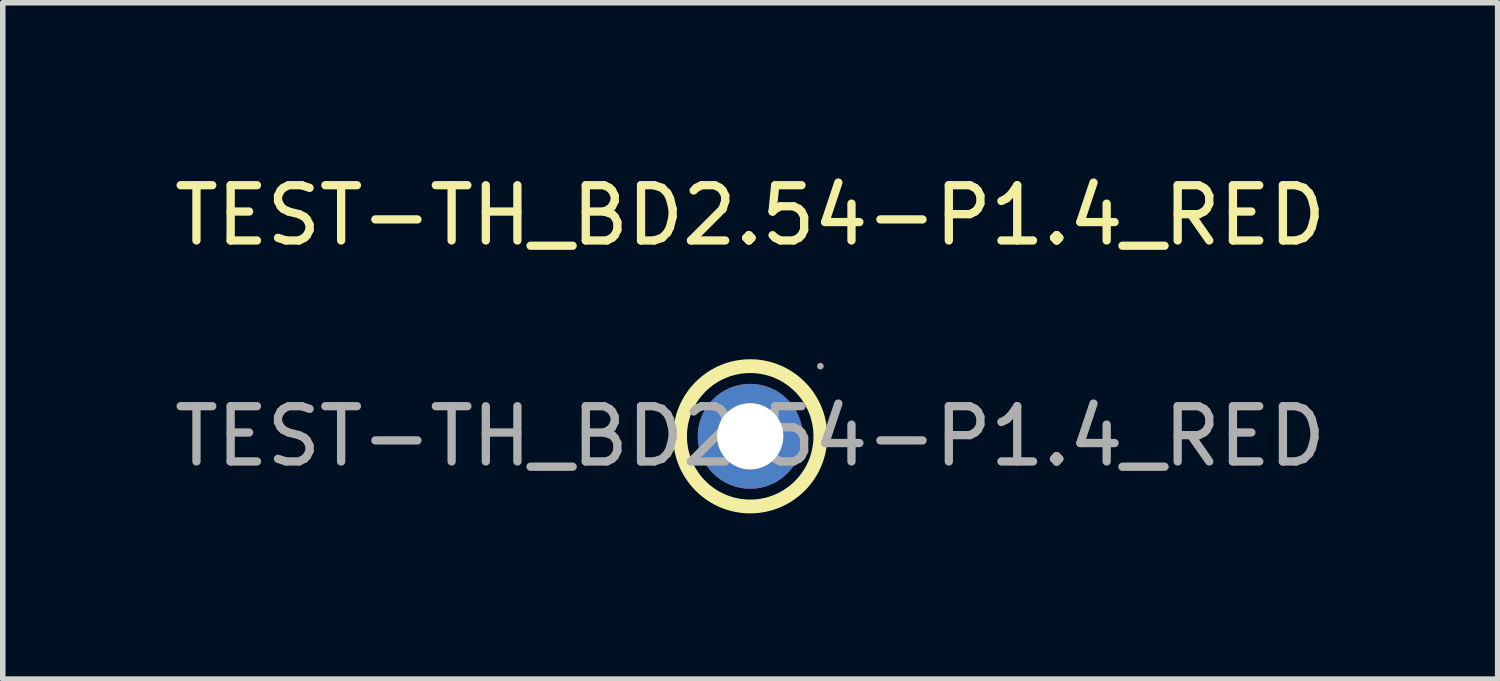
<source format=kicad_pcb>
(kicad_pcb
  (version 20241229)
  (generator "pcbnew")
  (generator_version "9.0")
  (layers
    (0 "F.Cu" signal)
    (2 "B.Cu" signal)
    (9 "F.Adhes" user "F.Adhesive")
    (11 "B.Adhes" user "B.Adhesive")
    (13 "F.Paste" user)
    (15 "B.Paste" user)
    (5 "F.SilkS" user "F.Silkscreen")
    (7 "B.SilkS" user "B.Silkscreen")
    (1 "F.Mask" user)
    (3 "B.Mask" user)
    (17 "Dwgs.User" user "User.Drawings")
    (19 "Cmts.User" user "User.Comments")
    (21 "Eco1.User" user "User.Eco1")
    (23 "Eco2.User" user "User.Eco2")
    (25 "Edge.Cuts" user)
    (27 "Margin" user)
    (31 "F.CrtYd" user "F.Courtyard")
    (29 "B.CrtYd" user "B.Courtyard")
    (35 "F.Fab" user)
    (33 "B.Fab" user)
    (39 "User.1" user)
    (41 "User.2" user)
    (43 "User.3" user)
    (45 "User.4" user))
  (footprint "TEST-TH_BD2.54-P1.4_RED"
    (layer "F.Cu")
    (at 10.53 4.848)
    (property "Reference" "TEST-TH_BD2.54-P1.4_RED" (at 0 -4 0) (layer "F.SilkS") (effects (font (size 1 1) (thickness 0.15))))
    (attr smd)
    (fp_circle (center 0 0) (end 1.27 0) (stroke (width 0.25) (type solid)) (fill no) (layer "F.SilkS"))
    (fp_circle (center 1.27 -1.27) (end 1.3 -1.27) (stroke (width 0.06) (type solid)) (fill no) (layer "F.Fab"))
    (fp_text user "${REFERENCE}" (at 0 0 0) (layer "F.Fab") (effects (font (size 1 1) (thickness 0.15))))
    (pad "1" thru_hole circle (at 0 0) (size 1.9 1.9) (drill 1.2) (layers "*.Cu" "*.Paste" "*.Mask")))
  (gr_rect
    (start -3 -3)
    (end 24.06 9.243)
    (stroke (width 0.1) (type default))
    (fill no)
    (layer "Edge.Cuts")))
</source>
